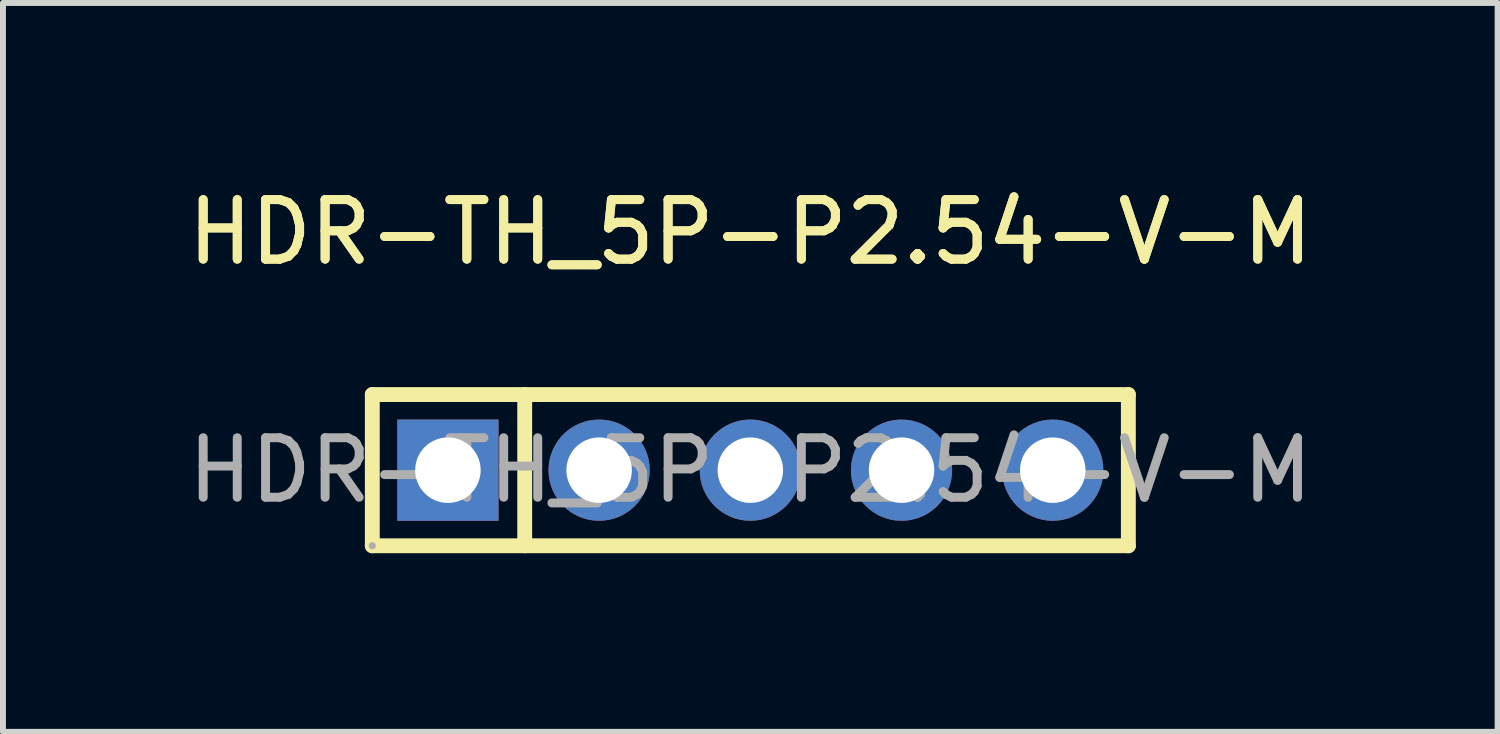
<source format=kicad_pcb>
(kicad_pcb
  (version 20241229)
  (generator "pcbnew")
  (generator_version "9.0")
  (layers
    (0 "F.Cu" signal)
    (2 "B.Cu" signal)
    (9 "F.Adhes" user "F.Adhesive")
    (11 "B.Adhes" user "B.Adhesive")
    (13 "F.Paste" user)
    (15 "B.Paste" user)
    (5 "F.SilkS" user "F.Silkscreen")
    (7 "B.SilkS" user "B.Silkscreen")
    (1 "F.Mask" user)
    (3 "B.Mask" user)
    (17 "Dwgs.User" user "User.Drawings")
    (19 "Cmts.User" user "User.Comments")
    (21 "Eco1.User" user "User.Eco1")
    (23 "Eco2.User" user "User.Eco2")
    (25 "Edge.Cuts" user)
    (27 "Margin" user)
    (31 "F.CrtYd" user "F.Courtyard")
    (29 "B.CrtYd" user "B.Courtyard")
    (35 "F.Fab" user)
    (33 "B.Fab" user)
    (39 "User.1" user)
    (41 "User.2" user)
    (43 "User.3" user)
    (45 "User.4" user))
  (footprint "HDR-TH_5P-P2.54-V-M"
    (layer "F.Cu")
    (at 9.554 4.848)
    (property "Reference" "HDR-TH_5P-P2.54-V-M" (at 0 -4 0) (layer "F.SilkS") (effects (font (size 1 1) (thickness 0.15))))
    (attr through_hole)
    (fp_line (start -6.35 -1.27) (end 6.35 -1.27) (stroke (width 0.25) (type solid)) (layer "F.SilkS"))
    (fp_line (start -6.35 1.27) (end -6.35 -1.27) (stroke (width 0.25) (type solid)) (layer "F.SilkS"))
    (fp_line (start -3.79 -1.27) (end -3.79 1.27) (stroke (width 0.25) (type solid)) (layer "F.SilkS"))
    (fp_line (start 6.35 -1.27) (end 6.35 1.27) (stroke (width 0.25) (type solid)) (layer "F.SilkS"))
    (fp_line (start 6.35 1.27) (end -6.35 1.27) (stroke (width 0.25) (type solid)) (layer "F.SilkS"))
    (fp_circle (center -6.35 1.27) (end -6.32 1.27) (stroke (width 0.06) (type solid)) (fill no) (layer "F.Fab"))
    (fp_text user "${REFERENCE}" (at 0 -4 0) (layer "F.SilkS") (effects (font (size 1 1) (thickness 0.15))))
    (fp_text user "${REFERENCE}" (at 0 0 0) (layer "F.Fab") (effects (font (size 1 1) (thickness 0.15))))
    (pad "1" thru_hole rect (at -5.08 0) (size 1.7 1.7) (drill 1.1) (layers "*.Cu" "*.Mask"))
    (pad "2" thru_hole circle (at -2.54 0) (size 1.7 1.7) (drill 1.1) (layers "*.Cu" "*.Mask"))
    (pad "3" thru_hole circle (at 0 0) (size 1.7 1.7) (drill 1.1) (layers "*.Cu" "*.Mask"))
    (pad "4" thru_hole circle (at 2.54 0) (size 1.7 1.7) (drill 1.1) (layers "*.Cu" "*.Mask"))
    (pad "5" thru_hole circle (at 5.08 0) (size 1.7 1.7) (drill 1.1) (layers "*.Cu" "*.Mask")))
  (gr_rect
    (start -3 -3)
    (end 22.107 9.243)
    (stroke (width 0.1) (type default))
    (fill no)
    (layer "Edge.Cuts")))
</source>
